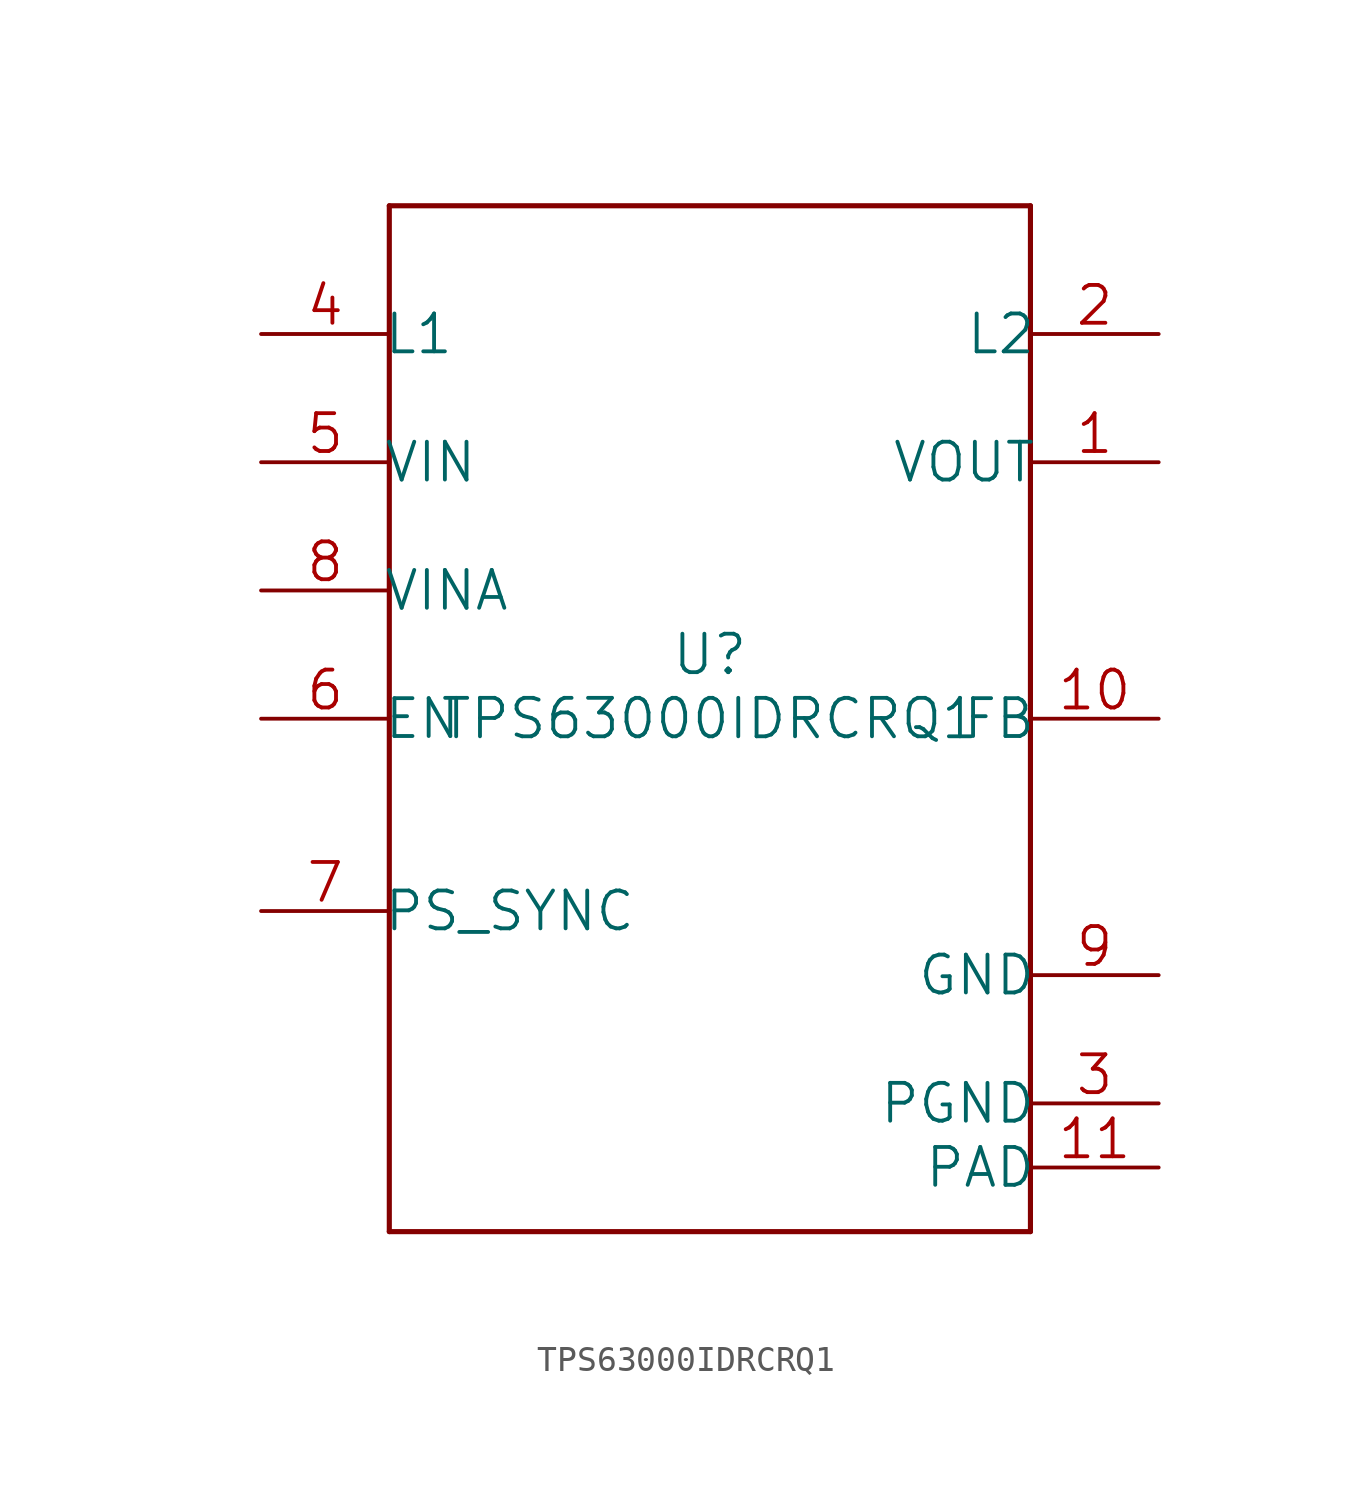
<source format=kicad_sym>
(kicad_symbol_lib
  (version 20211014)
  (generator kicad_symbol_editor)
  (symbol "TPS63000IDRCRQ1"
    (pin_names
      (offset -0.254))
    (property "Reference" "U"
      (at 0 2.54 0)
      (effects (font (size 1.524 1.524))))
    (property "Value" "TPS63000IDRCRQ1"
      (at 0 0 0)
      (effects (font (size 1.524 1.524))))
    (property "Datasheet" ""
      (at 0 0 0)
      (effects (font (size 1.524 1.524))))
    (property "ki_locked" ""
      (at 0 0 0)
      (effects (font (size 1.27 1.27))))
    (symbol "TPS63000IDRCRQ1_1_1"
      (polyline (pts (xy -12.7 -20.32) (xy 12.7 -20.32)) (stroke (width 0.203) (type default) (color 0 0 0 0)) (fill (type none)))
      (polyline (pts (xy -12.7 20.32) (xy -12.7 -20.32)) (stroke (width 0.203) (type default) (color 0 0 0 0)) (fill (type none)))
      (polyline (pts (xy 12.7 -20.32) (xy 12.7 20.32)) (stroke (width 0.203) (type default) (color 0 0 0 0)) (fill (type none)))
      (polyline (pts (xy 12.7 20.32) (xy -12.7 20.32)) (stroke (width 0.203) (type default) (color 0 0 0 0)) (fill (type none)))
      (pin power_in line (at 17.78 10.16 180) (length 5.08) (name "VOUT" (effects (font (size 1.499 1.499)))) (number "1" (effects (font (size 1.499 1.499)))))
      (pin input line (at 17.78 0 180) (length 5.08) (name "FB" (effects (font (size 1.499 1.499)))) (number "10" (effects (font (size 1.499 1.499)))))
      (pin power_in line (at 17.78 -17.78 180) (length 5.08) (name "PAD" (effects (font (size 1.499 1.499)))) (number "11" (effects (font (size 1.499 1.499)))))
      (pin unspecified line (at 17.78 15.24 180) (length 5.08) (name "L2" (effects (font (size 1.499 1.499)))) (number "2" (effects (font (size 1.499 1.499)))))
      (pin power_in line (at 17.78 -15.24 180) (length 5.08) (name "PGND" (effects (font (size 1.499 1.499)))) (number "3" (effects (font (size 1.499 1.499)))))
      (pin unspecified line (at -17.78 15.24 0) (length 5.08) (name "L1" (effects (font (size 1.499 1.499)))) (number "4" (effects (font (size 1.499 1.499)))))
      (pin power_in line (at -17.78 10.16 0) (length 5.08) (name "VIN" (effects (font (size 1.499 1.499)))) (number "5" (effects (font (size 1.499 1.499)))))
      (pin input line (at -17.78 0 0) (length 5.08) (name "EN" (effects (font (size 1.499 1.499)))) (number "6" (effects (font (size 1.499 1.499)))))
      (pin input line (at -17.78 -7.62 0) (length 5.08) (name "PS_SYNC" (effects (font (size 1.499 1.499)))) (number "7" (effects (font (size 1.499 1.499)))))
      (pin power_in line (at -17.78 5.08 0) (length 5.08) (name "VINA" (effects (font (size 1.499 1.499)))) (number "8" (effects (font (size 1.499 1.499)))))
      (pin power_in line (at 17.78 -10.16 180) (length 5.08) (name "GND" (effects (font (size 1.499 1.499)))) (number "9" (effects (font (size 1.499 1.499))))))))
</source>
